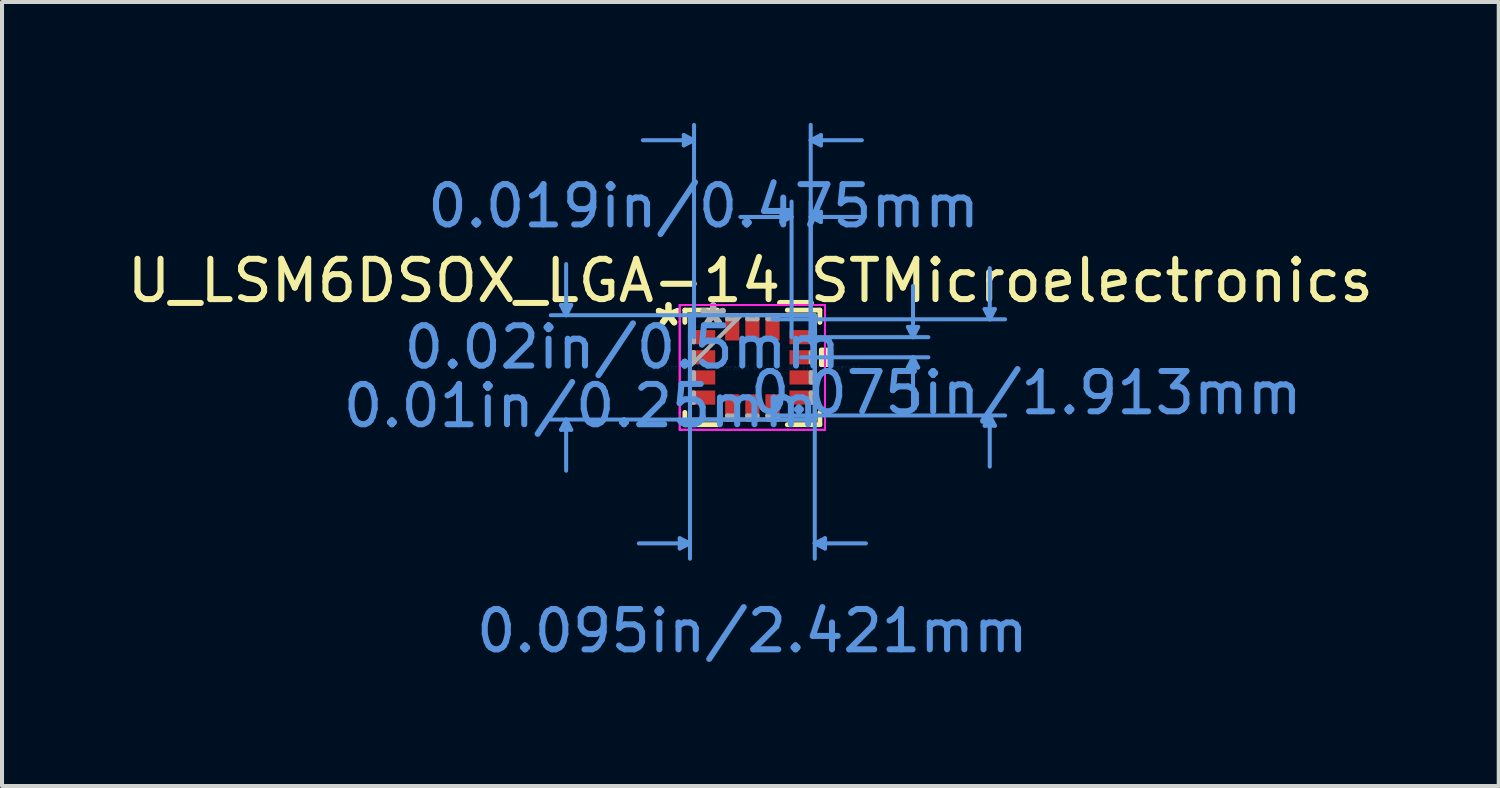
<source format=kicad_pcb>
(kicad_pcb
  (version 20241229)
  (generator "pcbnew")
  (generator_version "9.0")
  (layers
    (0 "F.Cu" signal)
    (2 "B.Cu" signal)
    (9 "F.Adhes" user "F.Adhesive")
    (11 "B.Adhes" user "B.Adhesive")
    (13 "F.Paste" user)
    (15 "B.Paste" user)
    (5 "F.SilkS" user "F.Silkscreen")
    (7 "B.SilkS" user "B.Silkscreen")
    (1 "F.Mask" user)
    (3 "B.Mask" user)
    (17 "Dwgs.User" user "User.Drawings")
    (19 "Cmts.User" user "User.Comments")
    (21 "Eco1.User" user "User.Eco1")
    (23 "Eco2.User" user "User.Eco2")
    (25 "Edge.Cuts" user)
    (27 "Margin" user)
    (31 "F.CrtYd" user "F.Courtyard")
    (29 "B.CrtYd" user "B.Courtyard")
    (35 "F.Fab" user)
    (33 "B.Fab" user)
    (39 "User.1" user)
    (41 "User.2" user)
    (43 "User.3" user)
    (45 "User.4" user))
  (footprint "U_LSM6DSOX_LGA-14_STMicroelectronics"
    (layer "F.Cu")
    (at 15.627 6.07)
    (property "Reference" "U_LSM6DSOX_LGA-14_STMicroelectronics" (at -0.05 -2.15 0) (layer "F.SilkS") (effects (font (size 1 1) (thickness 0.15))))
    (attr through_hole)
    (fp_line (start -1.676 -1.422) (end -1.676 -1.117) (stroke (width 0.12) (type solid)) (layer "F.SilkS"))
    (fp_line (start -1.676 1.117) (end -1.676 1.422) (stroke (width 0.12) (type solid)) (layer "F.SilkS"))
    (fp_line (start -1.676 1.422) (end -0.867 1.422) (stroke (width 0.12) (type solid)) (layer "F.SilkS"))
    (fp_line (start -0.867 -1.422) (end -1.676 -1.422) (stroke (width 0.12) (type solid)) (layer "F.SilkS"))
    (fp_line (start 0.867 1.422) (end 1.676 1.422) (stroke (width 0.12) (type solid)) (layer "F.SilkS"))
    (fp_line (start 1.676 -1.422) (end 0.867 -1.422) (stroke (width 0.12) (type solid)) (layer "F.SilkS"))
    (fp_line (start 1.676 -1.117) (end 1.676 -1.422) (stroke (width 0.12) (type solid)) (layer "F.SilkS"))
    (fp_line (start 1.676 1.422) (end 1.676 1.117) (stroke (width 0.12) (type solid)) (layer "F.SilkS"))
    (fp_poly (pts (xy 1.956 -0.441) (xy 1.956 -0.059) (xy 1.702 -0.059) (xy 1.702 -0.441)) (stroke (width 0.1) (type solid)) (fill yes) (layer "F.SilkS"))
    (fp_line (start -4.75 -1.549) (end -4.496 -1.549) (stroke (width 0.1) (type solid)) (layer "Cmts.User"))
    (fp_line (start -4.75 1.549) (end -4.496 1.549) (stroke (width 0.1) (type solid)) (layer "Cmts.User"))
    (fp_line (start -4.623 -1.295) (end -4.75 -1.549) (stroke (width 0.1) (type solid)) (layer "Cmts.User"))
    (fp_line (start -4.623 -1.295) (end -4.623 -2.565) (stroke (width 0.1) (type solid)) (layer "Cmts.User"))
    (fp_line (start -4.623 -1.295) (end -4.496 -1.549) (stroke (width 0.1) (type solid)) (layer "Cmts.User"))
    (fp_line (start -4.623 1.295) (end -4.75 1.549) (stroke (width 0.1) (type solid)) (layer "Cmts.User"))
    (fp_line (start -4.623 1.295) (end -4.623 2.565) (stroke (width 0.1) (type solid)) (layer "Cmts.User"))
    (fp_line (start -4.623 1.295) (end -4.496 1.549) (stroke (width 0.1) (type solid)) (layer "Cmts.User"))
    (fp_line (start -1.803 4.242) (end -1.803 4.496) (stroke (width 0.1) (type solid)) (layer "Cmts.User"))
    (fp_line (start -1.702 -5.766) (end -1.702 -5.512) (stroke (width 0.1) (type solid)) (layer "Cmts.User"))
    (fp_line (start -1.549 -1.295) (end -1.549 4.75) (stroke (width 0.1) (type solid)) (layer "Cmts.User"))
    (fp_line (start -1.549 4.369) (end -2.819 4.369) (stroke (width 0.1) (type solid)) (layer "Cmts.User"))
    (fp_line (start -1.549 4.369) (end -1.803 4.242) (stroke (width 0.1) (type solid)) (layer "Cmts.User"))
    (fp_line (start -1.549 4.369) (end -1.803 4.496) (stroke (width 0.1) (type solid)) (layer "Cmts.User"))
    (fp_line (start -1.448 -5.639) (end -2.718 -5.639) (stroke (width 0.1) (type solid)) (layer "Cmts.User"))
    (fp_line (start -1.448 -5.639) (end -1.702 -5.766) (stroke (width 0.1) (type solid)) (layer "Cmts.User"))
    (fp_line (start -1.448 -5.639) (end -1.702 -5.512) (stroke (width 0.1) (type solid)) (layer "Cmts.User"))
    (fp_line (start -1.448 -0.75) (end -1.448 -6.02) (stroke (width 0.1) (type solid)) (layer "Cmts.User"))
    (fp_line (start 0.5 -1.194) (end 6.274 -1.194) (stroke (width 0.1) (type solid)) (layer "Cmts.User"))
    (fp_line (start 0.5 1.194) (end 6.274 1.194) (stroke (width 0.1) (type solid)) (layer "Cmts.User"))
    (fp_line (start 0.719 -3.861) (end 0.719 -3.607) (stroke (width 0.1) (type solid)) (layer "Cmts.User"))
    (fp_line (start 0.973 -3.734) (end -0.297 -3.734) (stroke (width 0.1) (type solid)) (layer "Cmts.User"))
    (fp_line (start 0.973 -3.734) (end 0.719 -3.861) (stroke (width 0.1) (type solid)) (layer "Cmts.User"))
    (fp_line (start 0.973 -3.734) (end 0.719 -3.607) (stroke (width 0.1) (type solid)) (layer "Cmts.User"))
    (fp_line (start 0.973 -0.75) (end 0.973 -4.115) (stroke (width 0.1) (type solid)) (layer "Cmts.User"))
    (fp_line (start 1.21 -0.75) (end 4.369 -0.75) (stroke (width 0.1) (type solid)) (layer "Cmts.User"))
    (fp_line (start 1.21 -0.25) (end 4.369 -0.25) (stroke (width 0.1) (type solid)) (layer "Cmts.User"))
    (fp_line (start 1.448 -5.639) (end 1.702 -5.766) (stroke (width 0.1) (type solid)) (layer "Cmts.User"))
    (fp_line (start 1.448 -5.639) (end 1.702 -5.512) (stroke (width 0.1) (type solid)) (layer "Cmts.User"))
    (fp_line (start 1.448 -5.639) (end 2.718 -5.639) (stroke (width 0.1) (type solid)) (layer "Cmts.User"))
    (fp_line (start 1.448 -3.734) (end 1.702 -3.861) (stroke (width 0.1) (type solid)) (layer "Cmts.User"))
    (fp_line (start 1.448 -3.734) (end 1.702 -3.607) (stroke (width 0.1) (type solid)) (layer "Cmts.User"))
    (fp_line (start 1.448 -3.734) (end 2.718 -3.734) (stroke (width 0.1) (type solid)) (layer "Cmts.User"))
    (fp_line (start 1.448 -0.75) (end 1.448 -6.02) (stroke (width 0.1) (type solid)) (layer "Cmts.User"))
    (fp_line (start 1.448 -0.75) (end 1.448 -4.115) (stroke (width 0.1) (type solid)) (layer "Cmts.User"))
    (fp_line (start 1.549 -1.295) (end -5.004 -1.295) (stroke (width 0.1) (type solid)) (layer "Cmts.User"))
    (fp_line (start 1.549 -1.295) (end 1.549 4.75) (stroke (width 0.1) (type solid)) (layer "Cmts.User"))
    (fp_line (start 1.549 1.295) (end -5.004 1.295) (stroke (width 0.1) (type solid)) (layer "Cmts.User"))
    (fp_line (start 1.549 4.369) (end 1.803 4.242) (stroke (width 0.1) (type solid)) (layer "Cmts.User"))
    (fp_line (start 1.549 4.369) (end 1.803 4.496) (stroke (width 0.1) (type solid)) (layer "Cmts.User"))
    (fp_line (start 1.549 4.369) (end 2.819 4.369) (stroke (width 0.1) (type solid)) (layer "Cmts.User"))
    (fp_line (start 1.702 -5.766) (end 1.702 -5.512) (stroke (width 0.1) (type solid)) (layer "Cmts.User"))
    (fp_line (start 1.702 -3.861) (end 1.702 -3.607) (stroke (width 0.1) (type solid)) (layer "Cmts.User"))
    (fp_line (start 1.803 4.242) (end 1.803 4.496) (stroke (width 0.1) (type solid)) (layer "Cmts.User"))
    (fp_line (start 3.861 -1.004) (end 4.115 -1.004) (stroke (width 0.1) (type solid)) (layer "Cmts.User"))
    (fp_line (start 3.861 0.004) (end 4.115 0.004) (stroke (width 0.1) (type solid)) (layer "Cmts.User"))
    (fp_line (start 3.988 -0.75) (end 3.861 -1.004) (stroke (width 0.1) (type solid)) (layer "Cmts.User"))
    (fp_line (start 3.988 -0.75) (end 3.988 -2.02) (stroke (width 0.1) (type solid)) (layer "Cmts.User"))
    (fp_line (start 3.988 -0.75) (end 4.115 -1.004) (stroke (width 0.1) (type solid)) (layer "Cmts.User"))
    (fp_line (start 3.988 -0.25) (end 3.861 0.004) (stroke (width 0.1) (type solid)) (layer "Cmts.User"))
    (fp_line (start 3.988 -0.25) (end 3.988 1.02) (stroke (width 0.1) (type solid)) (layer "Cmts.User"))
    (fp_line (start 3.988 -0.25) (end 4.115 0.004) (stroke (width 0.1) (type solid)) (layer "Cmts.User"))
    (fp_line (start 5.766 -1.448) (end 6.02 -1.448) (stroke (width 0.1) (type solid)) (layer "Cmts.User"))
    (fp_line (start 5.766 1.448) (end 6.02 1.448) (stroke (width 0.1) (type solid)) (layer "Cmts.User"))
    (fp_line (start 5.893 -1.194) (end 5.766 -1.448) (stroke (width 0.1) (type solid)) (layer "Cmts.User"))
    (fp_line (start 5.893 -1.194) (end 5.893 -2.464) (stroke (width 0.1) (type solid)) (layer "Cmts.User"))
    (fp_line (start 5.893 -1.194) (end 6.02 -1.448) (stroke (width 0.1) (type solid)) (layer "Cmts.User"))
    (fp_line (start 5.893 1.194) (end 5.766 1.448) (stroke (width 0.1) (type solid)) (layer "Cmts.User"))
    (fp_line (start 5.893 1.194) (end 5.893 2.464) (stroke (width 0.1) (type solid)) (layer "Cmts.User"))
    (fp_line (start 5.893 1.194) (end 6.02 1.448) (stroke (width 0.1) (type solid)) (layer "Cmts.User"))
    (fp_line (start -1.803 -1.549) (end -0.879 -1.549) (stroke (width 0.05) (type solid)) (layer "F.CrtYd"))
    (fp_line (start -1.803 -1.549) (end -0.879 -1.549) (stroke (width 0.05) (type solid)) (layer "F.CrtYd"))
    (fp_line (start -1.803 -1.129) (end -1.803 -1.549) (stroke (width 0.05) (type solid)) (layer "F.CrtYd"))
    (fp_line (start -1.803 -1.129) (end -1.803 -1.549) (stroke (width 0.05) (type solid)) (layer "F.CrtYd"))
    (fp_line (start -1.803 -1.129) (end -1.803 -1.129) (stroke (width 0.05) (type solid)) (layer "F.CrtYd"))
    (fp_line (start -1.803 -1.129) (end -1.803 -1.129) (stroke (width 0.05) (type solid)) (layer "F.CrtYd"))
    (fp_line (start -1.803 1.129) (end -1.803 -1.129) (stroke (width 0.05) (type solid)) (layer "F.CrtYd"))
    (fp_line (start -1.803 1.129) (end -1.803 -1.129) (stroke (width 0.05) (type solid)) (layer "F.CrtYd"))
    (fp_line (start -1.803 1.129) (end -1.803 1.129) (stroke (width 0.05) (type solid)) (layer "F.CrtYd"))
    (fp_line (start -1.803 1.129) (end -1.803 1.129) (stroke (width 0.05) (type solid)) (layer "F.CrtYd"))
    (fp_line (start -1.803 1.549) (end -1.803 1.129) (stroke (width 0.05) (type solid)) (layer "F.CrtYd"))
    (fp_line (start -1.803 1.549) (end -1.803 1.129) (stroke (width 0.05) (type solid)) (layer "F.CrtYd"))
    (fp_line (start -0.879 -1.549) (end -0.879 -1.549) (stroke (width 0.05) (type solid)) (layer "F.CrtYd"))
    (fp_line (start -0.879 -1.549) (end -0.879 -1.549) (stroke (width 0.05) (type solid)) (layer "F.CrtYd"))
    (fp_line (start -0.879 -1.549) (end 0.879 -1.549) (stroke (width 0.05) (type solid)) (layer "F.CrtYd"))
    (fp_line (start -0.879 -1.549) (end 0.879 -1.549) (stroke (width 0.05) (type solid)) (layer "F.CrtYd"))
    (fp_line (start -0.879 1.549) (end -1.803 1.549) (stroke (width 0.05) (type solid)) (layer "F.CrtYd"))
    (fp_line (start -0.879 1.549) (end -1.803 1.549) (stroke (width 0.05) (type solid)) (layer "F.CrtYd"))
    (fp_line (start -0.879 1.549) (end -0.879 1.549) (stroke (width 0.05) (type solid)) (layer "F.CrtYd"))
    (fp_line (start -0.879 1.549) (end -0.879 1.549) (stroke (width 0.05) (type solid)) (layer "F.CrtYd"))
    (fp_line (start 0.879 -1.549) (end 0.879 -1.549) (stroke (width 0.05) (type solid)) (layer "F.CrtYd"))
    (fp_line (start 0.879 -1.549) (end 0.879 -1.549) (stroke (width 0.05) (type solid)) (layer "F.CrtYd"))
    (fp_line (start 0.879 -1.549) (end 1.803 -1.549) (stroke (width 0.05) (type solid)) (layer "F.CrtYd"))
    (fp_line (start 0.879 -1.549) (end 1.803 -1.549) (stroke (width 0.05) (type solid)) (layer "F.CrtYd"))
    (fp_line (start 0.879 1.549) (end -0.879 1.549) (stroke (width 0.05) (type solid)) (layer "F.CrtYd"))
    (fp_line (start 0.879 1.549) (end -0.879 1.549) (stroke (width 0.05) (type solid)) (layer "F.CrtYd"))
    (fp_line (start 0.879 1.549) (end 0.879 1.549) (stroke (width 0.05) (type solid)) (layer "F.CrtYd"))
    (fp_line (start 0.879 1.549) (end 0.879 1.549) (stroke (width 0.05) (type solid)) (layer "F.CrtYd"))
    (fp_line (start 1.803 -1.549) (end 1.803 -1.129) (stroke (width 0.05) (type solid)) (layer "F.CrtYd"))
    (fp_line (start 1.803 -1.549) (end 1.803 -1.129) (stroke (width 0.05) (type solid)) (layer "F.CrtYd"))
    (fp_line (start 1.803 -1.129) (end 1.803 -1.129) (stroke (width 0.05) (type solid)) (layer "F.CrtYd"))
    (fp_line (start 1.803 -1.129) (end 1.803 -1.129) (stroke (width 0.05) (type solid)) (layer "F.CrtYd"))
    (fp_line (start 1.803 -1.129) (end 1.803 1.129) (stroke (width 0.05) (type solid)) (layer "F.CrtYd"))
    (fp_line (start 1.803 -1.129) (end 1.803 1.129) (stroke (width 0.05) (type solid)) (layer "F.CrtYd"))
    (fp_line (start 1.803 1.129) (end 1.803 1.129) (stroke (width 0.05) (type solid)) (layer "F.CrtYd"))
    (fp_line (start 1.803 1.129) (end 1.803 1.129) (stroke (width 0.05) (type solid)) (layer "F.CrtYd"))
    (fp_line (start 1.803 1.129) (end 1.803 1.549) (stroke (width 0.05) (type solid)) (layer "F.CrtYd"))
    (fp_line (start 1.803 1.129) (end 1.803 1.549) (stroke (width 0.05) (type solid)) (layer "F.CrtYd"))
    (fp_line (start 1.803 1.549) (end 0.879 1.549) (stroke (width 0.05) (type solid)) (layer "F.CrtYd"))
    (fp_line (start 1.803 1.549) (end 0.879 1.549) (stroke (width 0.05) (type solid)) (layer "F.CrtYd"))
    (fp_line (start -1.549 -1.295) (end -1.549 -1.295) (stroke (width 0.1) (type solid)) (layer "F.Fab"))
    (fp_line (start -1.549 -1.295) (end -1.549 1.295) (stroke (width 0.1) (type solid)) (layer "F.Fab"))
    (fp_line (start -1.549 -0.875) (end -1.448 -0.875) (stroke (width 0.1) (type solid)) (layer "F.Fab"))
    (fp_line (start -1.549 -0.625) (end -1.549 -0.875) (stroke (width 0.1) (type solid)) (layer "F.Fab"))
    (fp_line (start -1.549 -0.375) (end -1.448 -0.375) (stroke (width 0.1) (type solid)) (layer "F.Fab"))
    (fp_line (start -1.549 -0.125) (end -1.549 -0.375) (stroke (width 0.1) (type solid)) (layer "F.Fab"))
    (fp_line (start -1.549 -0.025) (end -0.279 -1.295) (stroke (width 0.1) (type solid)) (layer "F.Fab"))
    (fp_line (start -1.549 0.125) (end -1.448 0.125) (stroke (width 0.1) (type solid)) (layer "F.Fab"))
    (fp_line (start -1.549 0.375) (end -1.549 0.125) (stroke (width 0.1) (type solid)) (layer "F.Fab"))
    (fp_line (start -1.549 0.625) (end -1.448 0.625) (stroke (width 0.1) (type solid)) (layer "F.Fab"))
    (fp_line (start -1.549 0.875) (end -1.549 0.625) (stroke (width 0.1) (type solid)) (layer "F.Fab"))
    (fp_line (start -1.549 1.295) (end -1.549 1.295) (stroke (width 0.1) (type solid)) (layer "F.Fab"))
    (fp_line (start -1.549 1.295) (end 1.549 1.295) (stroke (width 0.1) (type solid)) (layer "F.Fab"))
    (fp_line (start -1.448 -0.875) (end -1.448 -0.625) (stroke (width 0.1) (type solid)) (layer "F.Fab"))
    (fp_line (start -1.448 -0.625) (end -1.549 -0.625) (stroke (width 0.1) (type solid)) (layer "F.Fab"))
    (fp_line (start -1.448 -0.375) (end -1.448 -0.125) (stroke (width 0.1) (type solid)) (layer "F.Fab"))
    (fp_line (start -1.448 -0.125) (end -1.549 -0.125) (stroke (width 0.1) (type solid)) (layer "F.Fab"))
    (fp_line (start -1.448 0.125) (end -1.448 0.375) (stroke (width 0.1) (type solid)) (layer "F.Fab"))
    (fp_line (start -1.448 0.375) (end -1.549 0.375) (stroke (width 0.1) (type solid)) (layer "F.Fab"))
    (fp_line (start -1.448 0.625) (end -1.448 0.875) (stroke (width 0.1) (type solid)) (layer "F.Fab"))
    (fp_line (start -1.448 0.875) (end -1.549 0.875) (stroke (width 0.1) (type solid)) (layer "F.Fab"))
    (fp_line (start -0.625 -1.295) (end -0.375 -1.295) (stroke (width 0.1) (type solid)) (layer "F.Fab"))
    (fp_line (start -0.625 -1.194) (end -0.625 -1.295) (stroke (width 0.1) (type solid)) (layer "F.Fab"))
    (fp_line (start -0.625 1.194) (end -0.375 1.194) (stroke (width 0.1) (type solid)) (layer "F.Fab"))
    (fp_line (start -0.625 1.295) (end -0.625 1.194) (stroke (width 0.1) (type solid)) (layer "F.Fab"))
    (fp_line (start -0.375 -1.295) (end -0.375 -1.194) (stroke (width 0.1) (type solid)) (layer "F.Fab"))
    (fp_line (start -0.375 -1.194) (end -0.625 -1.194) (stroke (width 0.1) (type solid)) (layer "F.Fab"))
    (fp_line (start -0.375 1.194) (end -0.375 1.295) (stroke (width 0.1) (type solid)) (layer "F.Fab"))
    (fp_line (start -0.375 1.295) (end -0.625 1.295) (stroke (width 0.1) (type solid)) (layer "F.Fab"))
    (fp_line (start -0.125 -1.295) (end 0.125 -1.295) (stroke (width 0.1) (type solid)) (layer "F.Fab"))
    (fp_line (start -0.125 -1.194) (end -0.125 -1.295) (stroke (width 0.1) (type solid)) (layer "F.Fab"))
    (fp_line (start -0.125 1.194) (end 0.125 1.194) (stroke (width 0.1) (type solid)) (layer "F.Fab"))
    (fp_line (start -0.125 1.295) (end -0.125 1.194) (stroke (width 0.1) (type solid)) (layer "F.Fab"))
    (fp_line (start 0.125 -1.295) (end 0.125 -1.194) (stroke (width 0.1) (type solid)) (layer "F.Fab"))
    (fp_line (start 0.125 -1.194) (end -0.125 -1.194) (stroke (width 0.1) (type solid)) (layer "F.Fab"))
    (fp_line (start 0.125 1.194) (end 0.125 1.295) (stroke (width 0.1) (type solid)) (layer "F.Fab"))
    (fp_line (start 0.125 1.295) (end -0.125 1.295) (stroke (width 0.1) (type solid)) (layer "F.Fab"))
    (fp_line (start 0.375 -1.295) (end 0.625 -1.295) (stroke (width 0.1) (type solid)) (layer "F.Fab"))
    (fp_line (start 0.375 -1.194) (end 0.375 -1.295) (stroke (width 0.1) (type solid)) (layer "F.Fab"))
    (fp_line (start 0.375 1.194) (end 0.625 1.194) (stroke (width 0.1) (type solid)) (layer "F.Fab"))
    (fp_line (start 0.375 1.295) (end 0.375 1.194) (stroke (width 0.1) (type solid)) (layer "F.Fab"))
    (fp_line (start 0.625 -1.295) (end 0.625 -1.194) (stroke (width 0.1) (type solid)) (layer "F.Fab"))
    (fp_line (start 0.625 -1.194) (end 0.375 -1.194) (stroke (width 0.1) (type solid)) (layer "F.Fab"))
    (fp_line (start 0.625 1.194) (end 0.625 1.295) (stroke (width 0.1) (type solid)) (layer "F.Fab"))
    (fp_line (start 0.625 1.295) (end 0.375 1.295) (stroke (width 0.1) (type solid)) (layer "F.Fab"))
    (fp_line (start 1.448 -0.875) (end 1.549 -0.875) (stroke (width 0.1) (type solid)) (layer "F.Fab"))
    (fp_line (start 1.448 -0.625) (end 1.448 -0.875) (stroke (width 0.1) (type solid)) (layer "F.Fab"))
    (fp_line (start 1.448 -0.375) (end 1.549 -0.375) (stroke (width 0.1) (type solid)) (layer "F.Fab"))
    (fp_line (start 1.448 -0.125) (end 1.448 -0.375) (stroke (width 0.1) (type solid)) (layer "F.Fab"))
    (fp_line (start 1.448 0.125) (end 1.549 0.125) (stroke (width 0.1) (type solid)) (layer "F.Fab"))
    (fp_line (start 1.448 0.375) (end 1.448 0.125) (stroke (width 0.1) (type solid)) (layer "F.Fab"))
    (fp_line (start 1.448 0.625) (end 1.549 0.625) (stroke (width 0.1) (type solid)) (layer "F.Fab"))
    (fp_line (start 1.448 0.875) (end 1.448 0.625) (stroke (width 0.1) (type solid)) (layer "F.Fab"))
    (fp_line (start 1.549 -1.295) (end -1.549 -1.295) (stroke (width 0.1) (type solid)) (layer "F.Fab"))
    (fp_line (start 1.549 -1.295) (end 1.549 -1.295) (stroke (width 0.1) (type solid)) (layer "F.Fab"))
    (fp_line (start 1.549 -0.875) (end 1.549 -0.625) (stroke (width 0.1) (type solid)) (layer "F.Fab"))
    (fp_line (start 1.549 -0.625) (end 1.448 -0.625) (stroke (width 0.1) (type solid)) (layer "F.Fab"))
    (fp_line (start 1.549 -0.375) (end 1.549 -0.125) (stroke (width 0.1) (type solid)) (layer "F.Fab"))
    (fp_line (start 1.549 -0.125) (end 1.448 -0.125) (stroke (width 0.1) (type solid)) (layer "F.Fab"))
    (fp_line (start 1.549 0.125) (end 1.549 0.375) (stroke (width 0.1) (type solid)) (layer "F.Fab"))
    (fp_line (start 1.549 0.375) (end 1.448 0.375) (stroke (width 0.1) (type solid)) (layer "F.Fab"))
    (fp_line (start 1.549 0.625) (end 1.549 0.875) (stroke (width 0.1) (type solid)) (layer "F.Fab"))
    (fp_line (start 1.549 0.875) (end 1.448 0.875) (stroke (width 0.1) (type solid)) (layer "F.Fab"))
    (fp_line (start 1.549 1.295) (end 1.549 -1.295) (stroke (width 0.1) (type solid)) (layer "F.Fab"))
    (fp_line (start 1.549 1.295) (end 1.549 1.295) (stroke (width 0.1) (type solid)) (layer "F.Fab"))
    (fp_text user "*" (at -2.083 -1 0) (layer "F.SilkS") (effects (font (size 1 1) (thickness 0.15))))
    (fp_text user "*" (at -2.083 -1 0) (layer "F.SilkS") (effects (font (size 1 1) (thickness 0.15))))
    (fp_text user "Copyright 2021 Accelerated Designs. All rights reserved." (at 0 0 0) (layer "Cmts.User") (effects (font (size 0.127 0.127) (thickness 0.002))))
    (fp_text user "0.075in/1.913mm" (at 6.798 0.635 0) (layer "Cmts.User") (effects (font (size 1 1) (thickness 0.15))))
    (fp_text user "0.095in/2.421mm" (at 0 6.544 0) (layer "Cmts.User") (effects (font (size 1 1) (thickness 0.15))))
    (fp_text user "0.02in/0.5mm" (at -3.226 -0.5 0) (layer "Cmts.User") (effects (font (size 1 1) (thickness 0.15))))
    (fp_text user "0.01in/0.25mm" (at -4.258 0.956 0) (layer "Cmts.User") (effects (font (size 1 1) (thickness 0.15))))
    (fp_text user "0.019in/0.475mm" (at -1.21 -4.004 0) (layer "Cmts.User") (effects (font (size 1 1) (thickness 0.15))))
    (fp_text user "*" (at -0.973 -1 0) (layer "F.Fab") (effects (font (size 1 1) (thickness 0.15))))
    (fp_text user "*" (at -0.973 -1 0) (layer "F.Fab") (effects (font (size 1 1) (thickness 0.15))))
    (pad "1" smd rect (at -1.21 -0.75 90) (size 0.352 0.577) (layers "F.Cu" "F.Mask" "F.Paste"))
    (pad "2" smd rect (at -1.21 -0.25 90) (size 0.352 0.577) (layers "F.Cu" "F.Mask" "F.Paste"))
    (pad "3" smd rect (at -1.21 0.25 90) (size 0.352 0.577) (layers "F.Cu" "F.Mask" "F.Paste"))
    (pad "4" smd rect (at -1.21 0.75 90) (size 0.352 0.577) (layers "F.Cu" "F.Mask" "F.Paste"))
    (pad "5" smd rect (at -0.5 0.956) (size 0.352 0.577) (layers "F.Cu" "F.Mask" "F.Paste"))
    (pad "6" smd rect (at 0 0.956) (size 0.352 0.577) (layers "F.Cu" "F.Mask" "F.Paste"))
    (pad "7" smd rect (at 0.5 0.956) (size 0.352 0.577) (layers "F.Cu" "F.Mask" "F.Paste"))
    (pad "8" smd rect (at 1.21 0.75 90) (size 0.352 0.577) (layers "F.Cu" "F.Mask" "F.Paste"))
    (pad "9" smd rect (at 1.21 0.25 90) (size 0.352 0.577) (layers "F.Cu" "F.Mask" "F.Paste"))
    (pad "10" smd rect (at 1.21 -0.25 90) (size 0.352 0.577) (layers "F.Cu" "F.Mask" "F.Paste"))
    (pad "11" smd rect (at 1.21 -0.75 90) (size 0.352 0.577) (layers "F.Cu" "F.Mask" "F.Paste"))
    (pad "12" smd rect (at 0.5 -0.956) (size 0.352 0.577) (layers "F.Cu" "F.Mask" "F.Paste"))
    (pad "13" smd rect (at 0 -0.956) (size 0.352 0.577) (layers "F.Cu" "F.Mask" "F.Paste"))
    (pad "14" smd rect (at -0.5 -0.956) (size 0.352 0.577) (layers "F.Cu" "F.Mask" "F.Paste")))
  (gr_rect
    (start -3 -3)
    (end 34.155 16.462)
    (stroke (width 0.1) (type default))
    (fill no)
    (layer "Edge.Cuts")))
</source>
